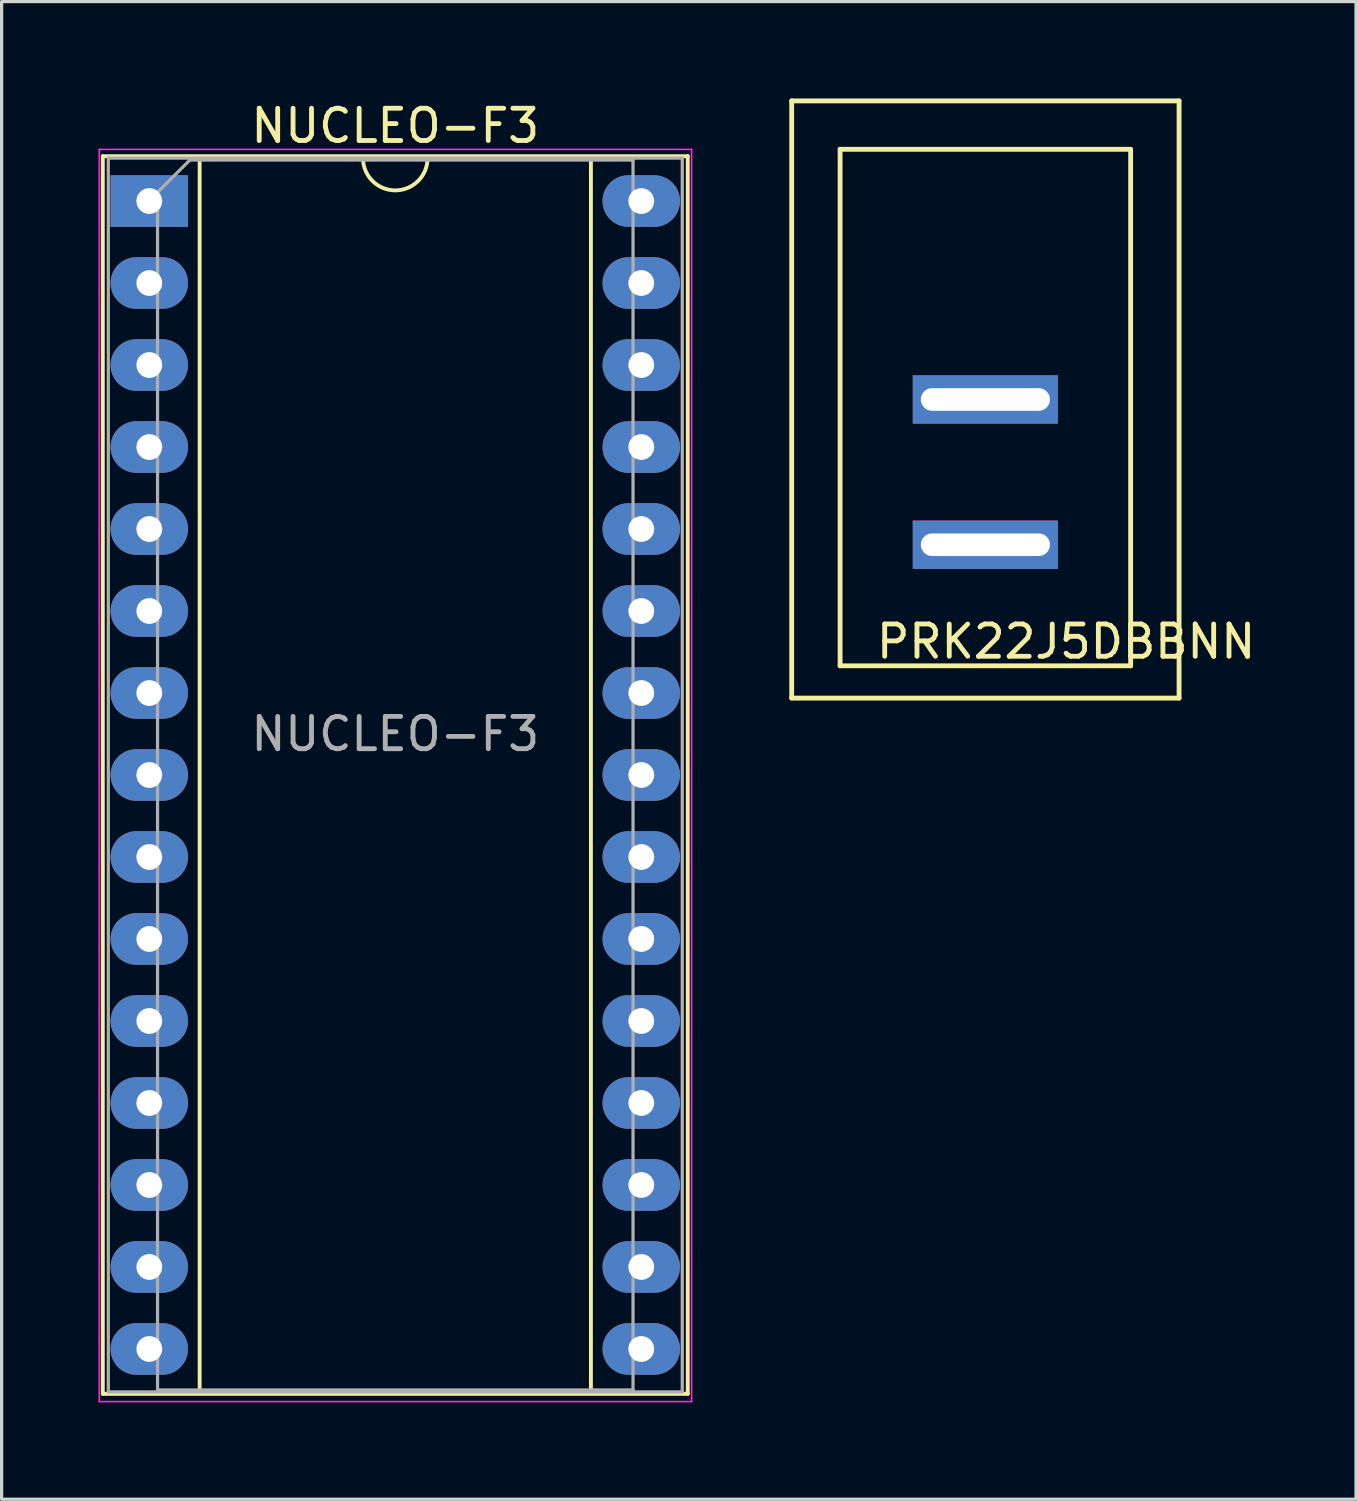
<source format=kicad_pcb>
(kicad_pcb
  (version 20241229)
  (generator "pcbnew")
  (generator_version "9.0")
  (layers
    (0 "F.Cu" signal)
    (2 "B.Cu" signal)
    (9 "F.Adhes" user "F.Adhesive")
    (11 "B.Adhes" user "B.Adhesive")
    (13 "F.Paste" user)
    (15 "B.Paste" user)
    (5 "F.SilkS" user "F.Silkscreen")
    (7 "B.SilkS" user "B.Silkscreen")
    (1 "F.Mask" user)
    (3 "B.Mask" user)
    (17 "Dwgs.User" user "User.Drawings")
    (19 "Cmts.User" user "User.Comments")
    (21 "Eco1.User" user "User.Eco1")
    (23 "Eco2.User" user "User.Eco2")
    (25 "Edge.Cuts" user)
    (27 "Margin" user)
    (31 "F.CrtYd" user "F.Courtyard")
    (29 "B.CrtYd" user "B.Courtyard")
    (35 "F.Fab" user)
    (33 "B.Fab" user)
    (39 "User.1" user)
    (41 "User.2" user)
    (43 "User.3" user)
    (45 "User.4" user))
  (footprint "NUCLEO-F3"
    (layer "F.Cu")
    (at 1.575 3.178)
    (property "Reference" "NUCLEO-F3" (at 7.62 -2.33 180) (layer "F.SilkS") (effects (font (size 1 1) (thickness 0.15))))
    (attr through_hole)
    (fp_line (start -1.44 -1.39) (end -1.44 36.95) (stroke (width 0.12) (type solid)) (layer "F.SilkS"))
    (fp_line (start -1.44 36.95) (end 16.68 36.95) (stroke (width 0.12) (type solid)) (layer "F.SilkS"))
    (fp_line (start 1.56 -1.33) (end 1.56 36.89) (stroke (width 0.12) (type solid)) (layer "F.SilkS"))
    (fp_line (start 1.56 36.89) (end 13.68 36.89) (stroke (width 0.12) (type solid)) (layer "F.SilkS"))
    (fp_line (start 6.62 -1.33) (end 1.56 -1.33) (stroke (width 0.12) (type solid)) (layer "F.SilkS"))
    (fp_line (start 13.68 -1.33) (end 8.62 -1.33) (stroke (width 0.12) (type solid)) (layer "F.SilkS"))
    (fp_line (start 13.68 36.83) (end 13.68 -1.33) (stroke (width 0.12) (type solid)) (layer "F.SilkS"))
    (fp_line (start 16.68 -1.39) (end -1.44 -1.39) (stroke (width 0.12) (type solid)) (layer "F.SilkS"))
    (fp_line (start 16.68 36.95) (end 16.68 -1.39) (stroke (width 0.12) (type solid)) (layer "F.SilkS"))
    (fp_arc (start 8.62 -1.33) (mid 7.62 -0.33) (end 6.62 -1.33) (stroke (width 0.12) (type solid)) (layer "F.SilkS"))
    (fp_line (start -1.55 -1.6) (end -1.55 37.19) (stroke (width 0.05) (type solid)) (layer "F.CrtYd"))
    (fp_line (start -1.55 37.19) (end 16.8 37.19) (stroke (width 0.05) (type solid)) (layer "F.CrtYd"))
    (fp_line (start 16.8 -1.6) (end -1.55 -1.6) (stroke (width 0.05) (type solid)) (layer "F.CrtYd"))
    (fp_line (start 16.8 37.19) (end 16.8 -1.6) (stroke (width 0.05) (type solid)) (layer "F.CrtYd"))
    (fp_line (start -1.27 -1.33) (end -1.27 36.89) (stroke (width 0.1) (type solid)) (layer "F.Fab"))
    (fp_line (start -1.27 36.89) (end 16.51 36.89) (stroke (width 0.1) (type solid)) (layer "F.Fab"))
    (fp_line (start 0.255 -0.27) (end 1.255 -1.27) (stroke (width 0.1) (type solid)) (layer "F.Fab"))
    (fp_line (start 0.255 36.83) (end 0.255 -0.27) (stroke (width 0.1) (type solid)) (layer "F.Fab"))
    (fp_line (start 1.255 -1.27) (end 14.985 -1.27) (stroke (width 0.1) (type solid)) (layer "F.Fab"))
    (fp_line (start 14.985 -1.27) (end 14.985 36.83) (stroke (width 0.1) (type solid)) (layer "F.Fab"))
    (fp_line (start 14.985 36.83) (end 0.255 36.83) (stroke (width 0.1) (type solid)) (layer "F.Fab"))
    (fp_line (start 16.51 -1.33) (end -1.27 -1.33) (stroke (width 0.1) (type solid)) (layer "F.Fab"))
    (fp_line (start 16.51 36.89) (end 16.51 -1.33) (stroke (width 0.1) (type solid)) (layer "F.Fab"))
    (fp_text user "${REFERENCE}" (at 7.62 16.51 180) (layer "F.Fab") (effects (font (size 1 1) (thickness 0.15))))
    (pad "1" thru_hole rect (at 0 0) (size 2.4 1.6) (drill 0.8) (layers "*.Cu" "*.Mask"))
    (pad "2" thru_hole oval (at 0 2.54) (size 2.4 1.6) (drill 0.8) (layers "*.Cu" "*.Mask"))
    (pad "3" thru_hole oval (at 0 5.08) (size 2.4 1.6) (drill 0.8) (layers "*.Cu" "*.Mask"))
    (pad "4" thru_hole oval (at 0 7.62) (size 2.4 1.6) (drill 0.8) (layers "*.Cu" "*.Mask"))
    (pad "5" thru_hole oval (at 0 10.16) (size 2.4 1.6) (drill 0.8) (layers "*.Cu" "*.Mask"))
    (pad "6" thru_hole oval (at 0 12.7) (size 2.4 1.6) (drill 0.8) (layers "*.Cu" "*.Mask"))
    (pad "7" thru_hole oval (at 0 15.24) (size 2.4 1.6) (drill 0.8) (layers "*.Cu" "*.Mask"))
    (pad "8" thru_hole oval (at 0 17.78) (size 2.4 1.6) (drill 0.8) (layers "*.Cu" "*.Mask"))
    (pad "9" thru_hole oval (at 0 20.32) (size 2.4 1.6) (drill 0.8) (layers "*.Cu" "*.Mask"))
    (pad "10" thru_hole oval (at 0 22.86) (size 2.4 1.6) (drill 0.8) (layers "*.Cu" "*.Mask"))
    (pad "11" thru_hole oval (at 0 25.4) (size 2.4 1.6) (drill 0.8) (layers "*.Cu" "*.Mask"))
    (pad "12" thru_hole oval (at 0 27.94) (size 2.4 1.6) (drill 0.8) (layers "*.Cu" "*.Mask"))
    (pad "13" thru_hole oval (at 0 30.48) (size 2.4 1.6) (drill 0.8) (layers "*.Cu" "*.Mask"))
    (pad "14" thru_hole oval (at 0 33.02) (size 2.4 1.6) (drill 0.8) (layers "*.Cu" "*.Mask"))
    (pad "15" thru_hole oval (at 0 35.56) (size 2.4 1.6) (drill 0.8) (layers "*.Cu" "*.Mask"))
    (pad "16" thru_hole oval (at 15.24 35.56) (size 2.4 1.6) (drill 0.8) (layers "*.Cu" "*.Mask"))
    (pad "17" thru_hole oval (at 15.24 33.02) (size 2.4 1.6) (drill 0.8) (layers "*.Cu" "*.Mask"))
    (pad "18" thru_hole oval (at 15.24 30.48) (size 2.4 1.6) (drill 0.8) (layers "*.Cu" "*.Mask"))
    (pad "19" thru_hole oval (at 15.24 27.94) (size 2.4 1.6) (drill 0.8) (layers "*.Cu" "*.Mask"))
    (pad "20" thru_hole oval (at 15.24 25.4) (size 2.4 1.6) (drill 0.8) (layers "*.Cu" "*.Mask"))
    (pad "21" thru_hole oval (at 15.24 22.86) (size 2.4 1.6) (drill 0.8) (layers "*.Cu" "*.Mask"))
    (pad "22" thru_hole oval (at 15.24 20.32) (size 2.4 1.6) (drill 0.8) (layers "*.Cu" "*.Mask"))
    (pad "23" thru_hole oval (at 15.24 17.78) (size 2.4 1.6) (drill 0.8) (layers "*.Cu" "*.Mask"))
    (pad "24" thru_hole oval (at 15.24 15.24) (size 2.4 1.6) (drill 0.8) (layers "*.Cu" "*.Mask"))
    (pad "25" thru_hole oval (at 15.24 12.7) (size 2.4 1.6) (drill 0.8) (layers "*.Cu" "*.Mask"))
    (pad "26" thru_hole oval (at 15.24 10.16) (size 2.4 1.6) (drill 0.8) (layers "*.Cu" "*.Mask"))
    (pad "27" thru_hole oval (at 15.24 7.62) (size 2.4 1.6) (drill 0.8) (layers "*.Cu" "*.Mask"))
    (pad "28" thru_hole oval (at 15.24 5.08) (size 2.4 1.6) (drill 0.8) (layers "*.Cu" "*.Mask"))
    (pad "29" thru_hole oval (at 15.24 2.54) (size 2.4 1.6) (drill 0.8) (layers "*.Cu" "*.Mask"))
    (pad "30" thru_hole oval (at 15.24 0) (size 2.4 1.6) (drill 0.8) (layers "*.Cu" "*.Mask")))
  (footprint "PRK22J5DBBNN"
    (layer "F.Cu")
    (at 27.475 11.575)
    (property "Reference" "PRK22J5DBBNN" (at 2.5 5.25 0) (layer "F.SilkS") (effects (font (size 1 1) (thickness 0.15))))
    (attr through_hole)
    (fp_line (start -6 -11.5) (end -6 7) (stroke (width 0.15) (type solid)) (layer "F.SilkS"))
    (fp_line (start -6 7) (end 6 7) (stroke (width 0.15) (type solid)) (layer "F.SilkS"))
    (fp_line (start -4.5 -10) (end -4.5 6) (stroke (width 0.15) (type solid)) (layer "F.SilkS"))
    (fp_line (start -4.5 6) (end 4.5 6) (stroke (width 0.15) (type solid)) (layer "F.SilkS"))
    (fp_line (start 4.5 -10) (end -4.5 -10) (stroke (width 0.15) (type solid)) (layer "F.SilkS"))
    (fp_line (start 4.5 6) (end 4.5 -10) (stroke (width 0.15) (type solid)) (layer "F.SilkS"))
    (fp_line (start 6 -11.5) (end -6 -11.5) (stroke (width 0.15) (type solid)) (layer "F.SilkS"))
    (fp_line (start 6 7) (end 6 -11.5) (stroke (width 0.15) (type solid)) (layer "F.SilkS"))
    (pad "1" thru_hole rect (at 0 -2.25) (size 4.5 1.5) (drill oval 4 0.7) (layers "*.Cu" "*.Mask"))
    (pad "2" thru_hole rect (at 0 2.25) (size 4.5 1.5) (drill oval 4 0.7) (layers "*.Cu" "*.Mask")))
  (gr_rect
    (start -3 -3)
    (end 38.957 43.393)
    (stroke (width 0.1) (type default))
    (fill no)
    (layer "Edge.Cuts")))
</source>
